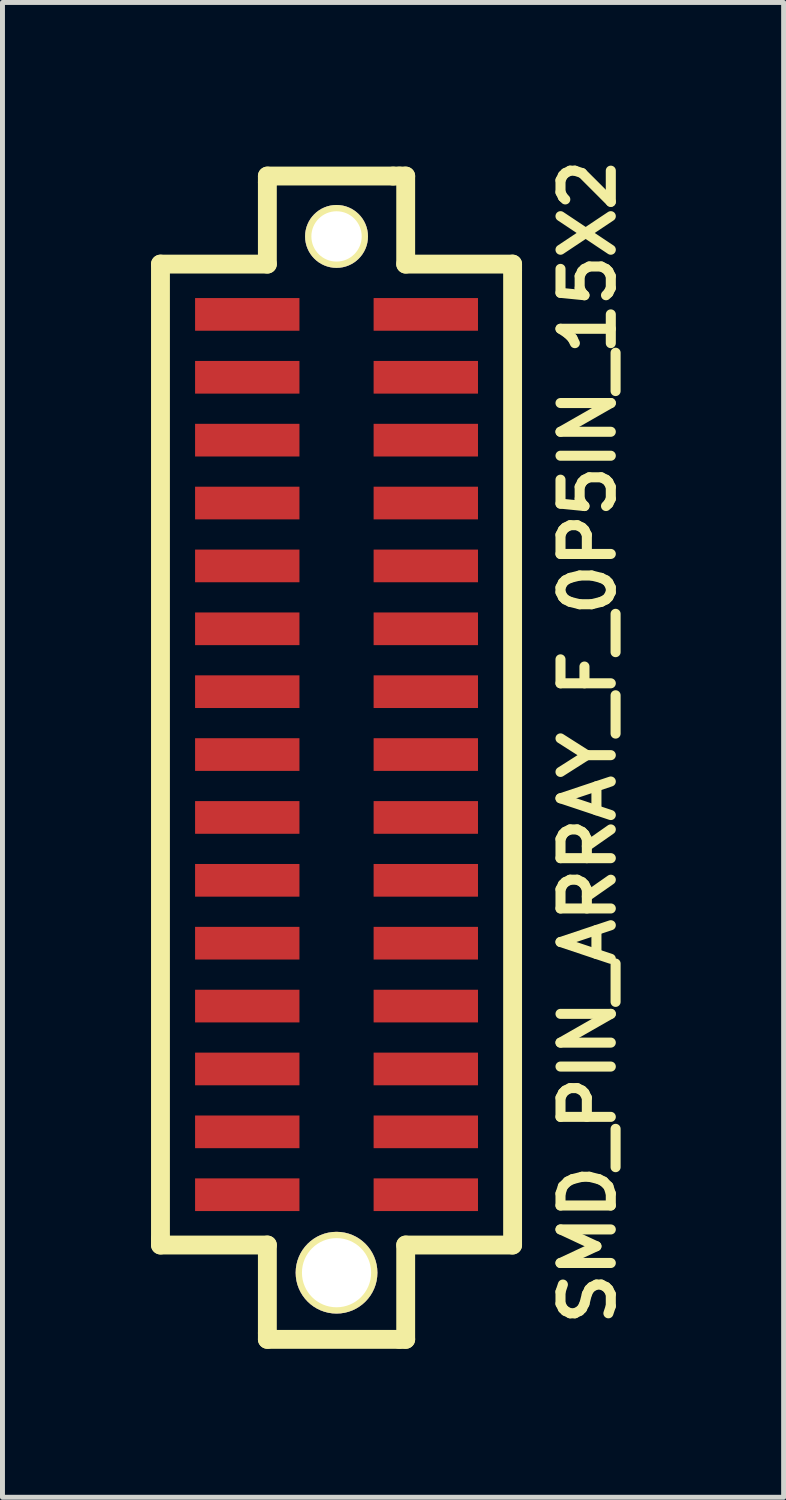
<source format=kicad_pcb>
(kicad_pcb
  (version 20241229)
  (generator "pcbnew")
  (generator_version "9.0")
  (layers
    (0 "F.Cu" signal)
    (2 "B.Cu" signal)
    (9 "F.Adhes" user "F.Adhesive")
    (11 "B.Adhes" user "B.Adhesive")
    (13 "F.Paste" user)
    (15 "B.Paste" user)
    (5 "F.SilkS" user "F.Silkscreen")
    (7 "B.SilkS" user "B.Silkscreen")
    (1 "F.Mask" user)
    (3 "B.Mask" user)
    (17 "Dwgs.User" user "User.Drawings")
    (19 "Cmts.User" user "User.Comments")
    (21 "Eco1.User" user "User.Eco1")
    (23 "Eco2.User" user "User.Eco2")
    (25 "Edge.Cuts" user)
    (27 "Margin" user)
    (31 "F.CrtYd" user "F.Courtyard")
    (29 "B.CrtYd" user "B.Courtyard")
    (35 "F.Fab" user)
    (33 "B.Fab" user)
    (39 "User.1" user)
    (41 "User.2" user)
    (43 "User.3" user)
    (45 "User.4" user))
  (footprint "SMD_PIN_ARRAY_F_0P5IN_15X2"
    (layer "F.Cu")
    (at 3.747 12.19)
    (property "Reference" "SMD_PIN_ARRAY_F_0P5IN_15X2" (at 5.08 -0.254 90) (layer "F.SilkS") (effects (font (size 1.016 1.016) (thickness 0.203))))
    (attr through_hole)
    (fp_line (start -3.556 -9.906) (end -3.556 9.779) (stroke (width 0.381) (type solid)) (layer "F.SilkS"))
    (fp_line (start -3.556 -9.906) (end -1.397 -9.906) (stroke (width 0.381) (type solid)) (layer "F.SilkS"))
    (fp_line (start -3.556 9.779) (end -3.556 9.906) (stroke (width 0.381) (type solid)) (layer "F.SilkS"))
    (fp_line (start -3.556 9.906) (end -1.397 9.906) (stroke (width 0.381) (type solid)) (layer "F.SilkS"))
    (fp_line (start -1.397 -11.684) (end 1.143 -11.684) (stroke (width 0.381) (type solid)) (layer "F.SilkS"))
    (fp_line (start -1.397 -11.557) (end -1.397 -11.684) (stroke (width 0.381) (type solid)) (layer "F.SilkS"))
    (fp_line (start -1.397 -9.906) (end -1.397 -11.557) (stroke (width 0.381) (type solid)) (layer "F.SilkS"))
    (fp_line (start -1.397 9.906) (end -1.397 11.684) (stroke (width 0.381) (type solid)) (layer "F.SilkS"))
    (fp_line (start -1.397 11.684) (end -1.397 11.811) (stroke (width 0.381) (type solid)) (layer "F.SilkS"))
    (fp_line (start -1.397 11.811) (end 1.27 11.811) (stroke (width 0.381) (type solid)) (layer "F.SilkS"))
    (fp_line (start 1.143 -11.684) (end 1.27 -11.684) (stroke (width 0.381) (type solid)) (layer "F.SilkS"))
    (fp_line (start 1.27 -11.684) (end 1.397 -11.684) (stroke (width 0.381) (type solid)) (layer "F.SilkS"))
    (fp_line (start 1.27 11.811) (end 1.397 11.811) (stroke (width 0.381) (type solid)) (layer "F.SilkS"))
    (fp_line (start 1.397 -11.684) (end 1.397 -9.906) (stroke (width 0.381) (type solid)) (layer "F.SilkS"))
    (fp_line (start 1.397 -9.906) (end 3.556 -9.906) (stroke (width 0.381) (type solid)) (layer "F.SilkS"))
    (fp_line (start 1.397 9.906) (end 3.556 9.906) (stroke (width 0.381) (type solid)) (layer "F.SilkS"))
    (fp_line (start 1.397 11.811) (end 1.397 9.906) (stroke (width 0.381) (type solid)) (layer "F.SilkS"))
    (fp_line (start 3.556 -9.779) (end 3.556 -9.906) (stroke (width 0.381) (type solid)) (layer "F.SilkS"))
    (fp_line (start 3.556 9.906) (end 3.556 -9.779) (stroke (width 0.381) (type solid)) (layer "F.SilkS"))
    (pad "" thru_hole circle (at 0 -10.465) (size 1.27 1.27) (drill 1.016) (layers "*.Cu" "*.Mask" "F.SilkS"))
    (pad "" thru_hole circle (at 0 10.465) (size 1.651 1.651) (drill 1.397) (layers "*.Cu" "*.Mask" "F.SilkS"))
    (pad "1" smd rect (at 1.803 -8.89) (size 2.108 0.66) (layers "F.Cu" "F.Mask" "F.Paste"))
    (pad "2" smd rect (at -1.803 -8.89) (size 2.108 0.66) (layers "F.Cu" "F.Mask" "F.Paste"))
    (pad "3" smd rect (at 1.803 -7.62) (size 2.108 0.66) (layers "F.Cu" "F.Mask" "F.Paste"))
    (pad "4" smd rect (at -1.803 -7.62) (size 2.108 0.66) (layers "F.Cu" "F.Mask" "F.Paste"))
    (pad "5" smd rect (at 1.803 -6.35) (size 2.108 0.66) (layers "F.Cu" "F.Mask" "F.Paste"))
    (pad "6" smd rect (at -1.803 -6.35) (size 2.108 0.66) (layers "F.Cu" "F.Mask" "F.Paste"))
    (pad "7" smd rect (at 1.803 -5.08) (size 2.108 0.66) (layers "F.Cu" "F.Mask" "F.Paste"))
    (pad "8" smd rect (at -1.803 -5.08) (size 2.108 0.66) (layers "F.Cu" "F.Mask" "F.Paste"))
    (pad "9" smd rect (at 1.803 -3.81) (size 2.108 0.66) (layers "F.Cu" "F.Mask" "F.Paste"))
    (pad "10" smd rect (at -1.803 -3.81) (size 2.108 0.66) (layers "F.Cu" "F.Mask" "F.Paste"))
    (pad "11" smd rect (at 1.803 -2.54) (size 2.108 0.66) (layers "F.Cu" "F.Mask" "F.Paste"))
    (pad "12" smd rect (at -1.803 -2.54) (size 2.108 0.66) (layers "F.Cu" "F.Mask" "F.Paste"))
    (pad "13" smd rect (at 1.803 -1.27) (size 2.108 0.66) (layers "F.Cu" "F.Mask" "F.Paste"))
    (pad "14" smd rect (at -1.803 -1.27) (size 2.108 0.66) (layers "F.Cu" "F.Mask" "F.Paste"))
    (pad "15" smd rect (at 1.803 0) (size 2.108 0.66) (layers "F.Cu" "F.Mask" "F.Paste"))
    (pad "16" smd rect (at -1.803 0) (size 2.108 0.66) (layers "F.Cu" "F.Mask" "F.Paste"))
    (pad "17" smd rect (at 1.803 1.27) (size 2.108 0.66) (layers "F.Cu" "F.Mask" "F.Paste"))
    (pad "18" smd rect (at -1.803 1.27) (size 2.108 0.66) (layers "F.Cu" "F.Mask" "F.Paste"))
    (pad "19" smd rect (at 1.803 2.54) (size 2.108 0.66) (layers "F.Cu" "F.Mask" "F.Paste"))
    (pad "20" smd rect (at -1.803 2.54) (size 2.108 0.66) (layers "F.Cu" "F.Mask" "F.Paste"))
    (pad "21" smd rect (at 1.803 3.81) (size 2.108 0.66) (layers "F.Cu" "F.Mask" "F.Paste"))
    (pad "22" smd rect (at -1.803 3.81) (size 2.108 0.66) (layers "F.Cu" "F.Mask" "F.Paste"))
    (pad "23" smd rect (at 1.803 5.08) (size 2.108 0.66) (layers "F.Cu" "F.Mask" "F.Paste"))
    (pad "24" smd rect (at -1.803 5.08) (size 2.108 0.66) (layers "F.Cu" "F.Mask" "F.Paste"))
    (pad "25" smd rect (at 1.803 6.35) (size 2.108 0.66) (layers "F.Cu" "F.Mask" "F.Paste"))
    (pad "26" smd rect (at -1.803 6.35) (size 2.108 0.66) (layers "F.Cu" "F.Mask" "F.Paste"))
    (pad "27" smd rect (at 1.803 7.62) (size 2.108 0.66) (layers "F.Cu" "F.Mask" "F.Paste"))
    (pad "28" smd rect (at -1.803 7.62) (size 2.108 0.66) (layers "F.Cu" "F.Mask" "F.Paste"))
    (pad "29" smd rect (at 1.803 8.89) (size 2.108 0.66) (layers "F.Cu" "F.Mask" "F.Paste"))
    (pad "30" smd rect (at -1.803 8.89) (size 2.108 0.66) (layers "F.Cu" "F.Mask" "F.Paste")))
  (gr_rect
    (start -3 -3)
    (end 12.777 27.191)
    (stroke (width 0.1) (type default))
    (fill no)
    (layer "Edge.Cuts")))
</source>
